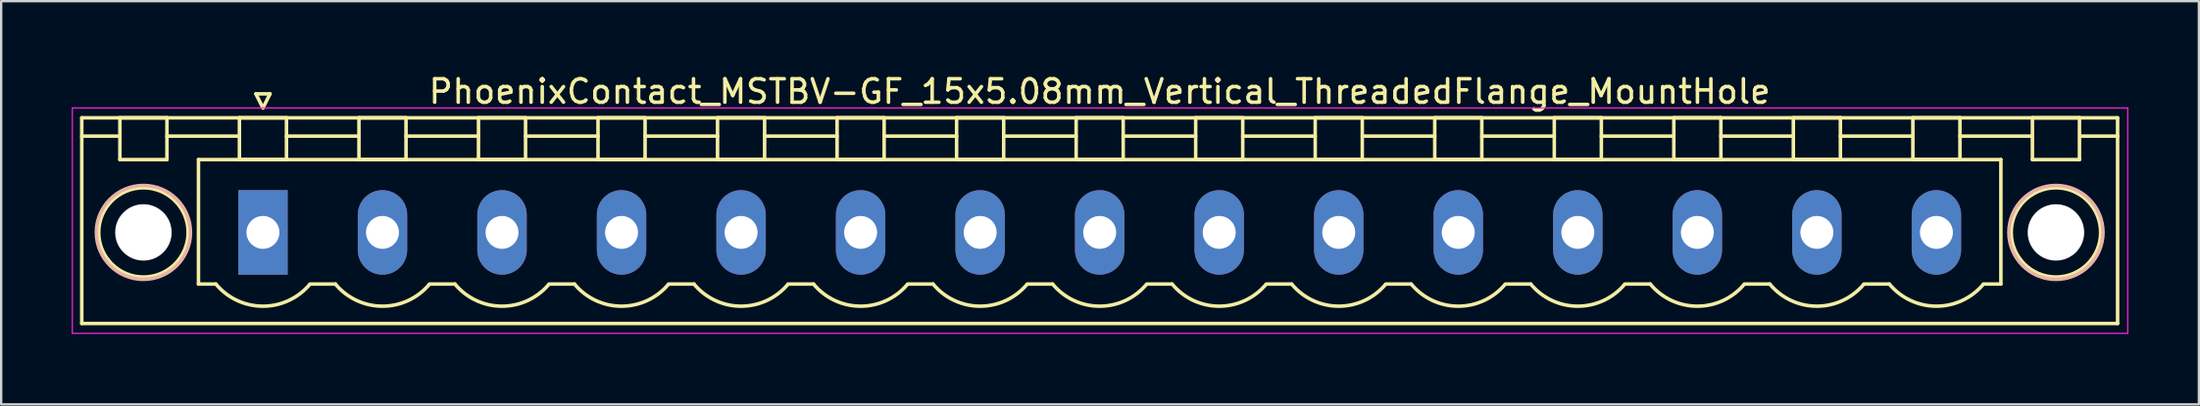
<source format=kicad_pcb>
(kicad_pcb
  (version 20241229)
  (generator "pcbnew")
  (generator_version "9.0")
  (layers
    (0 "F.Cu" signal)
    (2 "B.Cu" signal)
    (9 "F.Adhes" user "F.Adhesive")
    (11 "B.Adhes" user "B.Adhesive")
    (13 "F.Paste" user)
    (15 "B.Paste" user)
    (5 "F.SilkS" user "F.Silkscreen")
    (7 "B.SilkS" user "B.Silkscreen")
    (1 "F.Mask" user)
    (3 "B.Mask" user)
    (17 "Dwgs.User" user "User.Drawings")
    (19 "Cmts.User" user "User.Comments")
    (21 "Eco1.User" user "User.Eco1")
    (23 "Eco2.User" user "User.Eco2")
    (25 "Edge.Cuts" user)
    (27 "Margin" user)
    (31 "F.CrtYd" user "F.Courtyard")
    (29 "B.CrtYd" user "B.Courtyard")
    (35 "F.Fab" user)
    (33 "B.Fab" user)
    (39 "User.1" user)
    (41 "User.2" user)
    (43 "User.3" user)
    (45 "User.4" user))
  (footprint "PhoenixContact_MSTBV-GF_15x5.08mm_Vertical_ThreadedFlange_MountHole"
    (layer "F.Cu")
    (at 8.125 6.848)
    (property "Reference" "PhoenixContact_MSTBV-GF_15x5.08mm_Vertical_ThreadedFlange_MountHole" (at 35.56 -6 0) (layer "F.SilkS") (effects (font (size 1 1) (thickness 0.15))))
    (attr through_hole)
    (fp_line (start -7.7 -4.88) (end -7.7 3.88) (stroke (width 0.15) (type solid)) (layer "F.SilkS"))
    (fp_line (start -7.7 -4.1) (end -6.16 -4.1) (stroke (width 0.15) (type solid)) (layer "F.SilkS"))
    (fp_line (start -7.7 3.88) (end 78.82 3.88) (stroke (width 0.15) (type solid)) (layer "F.SilkS"))
    (fp_line (start -6.08 -4.88) (end -4.08 -4.88) (stroke (width 0.15) (type solid)) (layer "F.SilkS"))
    (fp_line (start -6.08 -3.1) (end -6.08 -4.88) (stroke (width 0.15) (type solid)) (layer "F.SilkS"))
    (fp_line (start -4.08 -4.88) (end -4.08 -3.1) (stroke (width 0.15) (type solid)) (layer "F.SilkS"))
    (fp_line (start -4.08 -4.1) (end -1 -4.1) (stroke (width 0.15) (type solid)) (layer "F.SilkS"))
    (fp_line (start -4.08 -3.1) (end -6.08 -3.1) (stroke (width 0.15) (type solid)) (layer "F.SilkS"))
    (fp_line (start -2.74 -3.1) (end 73.86 -3.1) (stroke (width 0.15) (type solid)) (layer "F.SilkS"))
    (fp_line (start -2.74 2.2) (end -2.74 -3.1) (stroke (width 0.15) (type solid)) (layer "F.SilkS"))
    (fp_line (start -2 2.2) (end -2.74 2.2) (stroke (width 0.15) (type solid)) (layer "F.SilkS"))
    (fp_line (start -1 -4.88) (end 1 -4.88) (stroke (width 0.15) (type solid)) (layer "F.SilkS"))
    (fp_line (start -1 -3.1) (end -1 -4.88) (stroke (width 0.15) (type solid)) (layer "F.SilkS"))
    (fp_line (start -0.3 -5.9) (end 0 -5.3) (stroke (width 0.15) (type solid)) (layer "F.SilkS"))
    (fp_line (start 0 -5.3) (end 0.3 -5.9) (stroke (width 0.15) (type solid)) (layer "F.SilkS"))
    (fp_line (start 0.3 -5.9) (end -0.3 -5.9) (stroke (width 0.15) (type solid)) (layer "F.SilkS"))
    (fp_line (start 1 -4.88) (end 1 -3.1) (stroke (width 0.15) (type solid)) (layer "F.SilkS"))
    (fp_line (start 1 -4.1) (end 4.08 -4.1) (stroke (width 0.15) (type solid)) (layer "F.SilkS"))
    (fp_line (start 1 -3.1) (end -1 -3.1) (stroke (width 0.15) (type solid)) (layer "F.SilkS"))
    (fp_line (start 2 2.2) (end 3.08 2.2) (stroke (width 0.15) (type solid)) (layer "F.SilkS"))
    (fp_line (start 4.08 -4.88) (end 6.08 -4.88) (stroke (width 0.15) (type solid)) (layer "F.SilkS"))
    (fp_line (start 4.08 -3.1) (end 4.08 -4.88) (stroke (width 0.15) (type solid)) (layer "F.SilkS"))
    (fp_line (start 6.08 -4.88) (end 6.08 -3.1) (stroke (width 0.15) (type solid)) (layer "F.SilkS"))
    (fp_line (start 6.08 -4.1) (end 9.16 -4.1) (stroke (width 0.15) (type solid)) (layer "F.SilkS"))
    (fp_line (start 6.08 -3.1) (end 4.08 -3.1) (stroke (width 0.15) (type solid)) (layer "F.SilkS"))
    (fp_line (start 7.08 2.2) (end 8.16 2.2) (stroke (width 0.15) (type solid)) (layer "F.SilkS"))
    (fp_line (start 9.16 -4.88) (end 11.16 -4.88) (stroke (width 0.15) (type solid)) (layer "F.SilkS"))
    (fp_line (start 9.16 -3.1) (end 9.16 -4.88) (stroke (width 0.15) (type solid)) (layer "F.SilkS"))
    (fp_line (start 11.16 -4.88) (end 11.16 -3.1) (stroke (width 0.15) (type solid)) (layer "F.SilkS"))
    (fp_line (start 11.16 -4.1) (end 14.24 -4.1) (stroke (width 0.15) (type solid)) (layer "F.SilkS"))
    (fp_line (start 11.16 -3.1) (end 9.16 -3.1) (stroke (width 0.15) (type solid)) (layer "F.SilkS"))
    (fp_line (start 12.16 2.2) (end 13.24 2.2) (stroke (width 0.15) (type solid)) (layer "F.SilkS"))
    (fp_line (start 14.24 -4.88) (end 16.24 -4.88) (stroke (width 0.15) (type solid)) (layer "F.SilkS"))
    (fp_line (start 14.24 -3.1) (end 14.24 -4.88) (stroke (width 0.15) (type solid)) (layer "F.SilkS"))
    (fp_line (start 16.24 -4.88) (end 16.24 -3.1) (stroke (width 0.15) (type solid)) (layer "F.SilkS"))
    (fp_line (start 16.24 -4.1) (end 19.32 -4.1) (stroke (width 0.15) (type solid)) (layer "F.SilkS"))
    (fp_line (start 16.24 -3.1) (end 14.24 -3.1) (stroke (width 0.15) (type solid)) (layer "F.SilkS"))
    (fp_line (start 17.24 2.2) (end 18.32 2.2) (stroke (width 0.15) (type solid)) (layer "F.SilkS"))
    (fp_line (start 19.32 -4.88) (end 21.32 -4.88) (stroke (width 0.15) (type solid)) (layer "F.SilkS"))
    (fp_line (start 19.32 -3.1) (end 19.32 -4.88) (stroke (width 0.15) (type solid)) (layer "F.SilkS"))
    (fp_line (start 21.32 -4.88) (end 21.32 -3.1) (stroke (width 0.15) (type solid)) (layer "F.SilkS"))
    (fp_line (start 21.32 -4.1) (end 24.4 -4.1) (stroke (width 0.15) (type solid)) (layer "F.SilkS"))
    (fp_line (start 21.32 -3.1) (end 19.32 -3.1) (stroke (width 0.15) (type solid)) (layer "F.SilkS"))
    (fp_line (start 22.32 2.2) (end 23.4 2.2) (stroke (width 0.15) (type solid)) (layer "F.SilkS"))
    (fp_line (start 24.4 -4.88) (end 26.4 -4.88) (stroke (width 0.15) (type solid)) (layer "F.SilkS"))
    (fp_line (start 24.4 -3.1) (end 24.4 -4.88) (stroke (width 0.15) (type solid)) (layer "F.SilkS"))
    (fp_line (start 26.4 -4.88) (end 26.4 -3.1) (stroke (width 0.15) (type solid)) (layer "F.SilkS"))
    (fp_line (start 26.4 -4.1) (end 29.48 -4.1) (stroke (width 0.15) (type solid)) (layer "F.SilkS"))
    (fp_line (start 26.4 -3.1) (end 24.4 -3.1) (stroke (width 0.15) (type solid)) (layer "F.SilkS"))
    (fp_line (start 27.4 2.2) (end 28.48 2.2) (stroke (width 0.15) (type solid)) (layer "F.SilkS"))
    (fp_line (start 29.48 -4.88) (end 31.48 -4.88) (stroke (width 0.15) (type solid)) (layer "F.SilkS"))
    (fp_line (start 29.48 -3.1) (end 29.48 -4.88) (stroke (width 0.15) (type solid)) (layer "F.SilkS"))
    (fp_line (start 31.48 -4.88) (end 31.48 -3.1) (stroke (width 0.15) (type solid)) (layer "F.SilkS"))
    (fp_line (start 31.48 -4.1) (end 34.56 -4.1) (stroke (width 0.15) (type solid)) (layer "F.SilkS"))
    (fp_line (start 31.48 -3.1) (end 29.48 -3.1) (stroke (width 0.15) (type solid)) (layer "F.SilkS"))
    (fp_line (start 32.48 2.2) (end 33.56 2.2) (stroke (width 0.15) (type solid)) (layer "F.SilkS"))
    (fp_line (start 34.56 -4.88) (end 36.56 -4.88) (stroke (width 0.15) (type solid)) (layer "F.SilkS"))
    (fp_line (start 34.56 -3.1) (end 34.56 -4.88) (stroke (width 0.15) (type solid)) (layer "F.SilkS"))
    (fp_line (start 36.56 -4.88) (end 36.56 -3.1) (stroke (width 0.15) (type solid)) (layer "F.SilkS"))
    (fp_line (start 36.56 -4.1) (end 39.64 -4.1) (stroke (width 0.15) (type solid)) (layer "F.SilkS"))
    (fp_line (start 36.56 -3.1) (end 34.56 -3.1) (stroke (width 0.15) (type solid)) (layer "F.SilkS"))
    (fp_line (start 37.56 2.2) (end 38.64 2.2) (stroke (width 0.15) (type solid)) (layer "F.SilkS"))
    (fp_line (start 39.64 -4.88) (end 41.64 -4.88) (stroke (width 0.15) (type solid)) (layer "F.SilkS"))
    (fp_line (start 39.64 -3.1) (end 39.64 -4.88) (stroke (width 0.15) (type solid)) (layer "F.SilkS"))
    (fp_line (start 41.64 -4.88) (end 41.64 -3.1) (stroke (width 0.15) (type solid)) (layer "F.SilkS"))
    (fp_line (start 41.64 -4.1) (end 44.72 -4.1) (stroke (width 0.15) (type solid)) (layer "F.SilkS"))
    (fp_line (start 41.64 -3.1) (end 39.64 -3.1) (stroke (width 0.15) (type solid)) (layer "F.SilkS"))
    (fp_line (start 42.64 2.2) (end 43.72 2.2) (stroke (width 0.15) (type solid)) (layer "F.SilkS"))
    (fp_line (start 44.72 -4.88) (end 46.72 -4.88) (stroke (width 0.15) (type solid)) (layer "F.SilkS"))
    (fp_line (start 44.72 -3.1) (end 44.72 -4.88) (stroke (width 0.15) (type solid)) (layer "F.SilkS"))
    (fp_line (start 46.72 -4.88) (end 46.72 -3.1) (stroke (width 0.15) (type solid)) (layer "F.SilkS"))
    (fp_line (start 46.72 -4.1) (end 49.8 -4.1) (stroke (width 0.15) (type solid)) (layer "F.SilkS"))
    (fp_line (start 46.72 -3.1) (end 44.72 -3.1) (stroke (width 0.15) (type solid)) (layer "F.SilkS"))
    (fp_line (start 47.72 2.2) (end 48.8 2.2) (stroke (width 0.15) (type solid)) (layer "F.SilkS"))
    (fp_line (start 49.8 -4.88) (end 51.8 -4.88) (stroke (width 0.15) (type solid)) (layer "F.SilkS"))
    (fp_line (start 49.8 -3.1) (end 49.8 -4.88) (stroke (width 0.15) (type solid)) (layer "F.SilkS"))
    (fp_line (start 51.8 -4.88) (end 51.8 -3.1) (stroke (width 0.15) (type solid)) (layer "F.SilkS"))
    (fp_line (start 51.8 -4.1) (end 54.88 -4.1) (stroke (width 0.15) (type solid)) (layer "F.SilkS"))
    (fp_line (start 51.8 -3.1) (end 49.8 -3.1) (stroke (width 0.15) (type solid)) (layer "F.SilkS"))
    (fp_line (start 52.8 2.2) (end 53.88 2.2) (stroke (width 0.15) (type solid)) (layer "F.SilkS"))
    (fp_line (start 54.88 -4.88) (end 56.88 -4.88) (stroke (width 0.15) (type solid)) (layer "F.SilkS"))
    (fp_line (start 54.88 -3.1) (end 54.88 -4.88) (stroke (width 0.15) (type solid)) (layer "F.SilkS"))
    (fp_line (start 56.88 -4.88) (end 56.88 -3.1) (stroke (width 0.15) (type solid)) (layer "F.SilkS"))
    (fp_line (start 56.88 -4.1) (end 59.96 -4.1) (stroke (width 0.15) (type solid)) (layer "F.SilkS"))
    (fp_line (start 56.88 -3.1) (end 54.88 -3.1) (stroke (width 0.15) (type solid)) (layer "F.SilkS"))
    (fp_line (start 57.88 2.2) (end 58.96 2.2) (stroke (width 0.15) (type solid)) (layer "F.SilkS"))
    (fp_line (start 59.96 -4.88) (end 61.96 -4.88) (stroke (width 0.15) (type solid)) (layer "F.SilkS"))
    (fp_line (start 59.96 -3.1) (end 59.96 -4.88) (stroke (width 0.15) (type solid)) (layer "F.SilkS"))
    (fp_line (start 61.96 -4.88) (end 61.96 -3.1) (stroke (width 0.15) (type solid)) (layer "F.SilkS"))
    (fp_line (start 61.96 -4.1) (end 65.04 -4.1) (stroke (width 0.15) (type solid)) (layer "F.SilkS"))
    (fp_line (start 61.96 -3.1) (end 59.96 -3.1) (stroke (width 0.15) (type solid)) (layer "F.SilkS"))
    (fp_line (start 62.96 2.2) (end 64.04 2.2) (stroke (width 0.15) (type solid)) (layer "F.SilkS"))
    (fp_line (start 65.04 -4.88) (end 67.04 -4.88) (stroke (width 0.15) (type solid)) (layer "F.SilkS"))
    (fp_line (start 65.04 -3.1) (end 65.04 -4.88) (stroke (width 0.15) (type solid)) (layer "F.SilkS"))
    (fp_line (start 67.04 -4.88) (end 67.04 -3.1) (stroke (width 0.15) (type solid)) (layer "F.SilkS"))
    (fp_line (start 67.04 -4.1) (end 70.12 -4.1) (stroke (width 0.15) (type solid)) (layer "F.SilkS"))
    (fp_line (start 67.04 -3.1) (end 65.04 -3.1) (stroke (width 0.15) (type solid)) (layer "F.SilkS"))
    (fp_line (start 68.04 2.2) (end 69.12 2.2) (stroke (width 0.15) (type solid)) (layer "F.SilkS"))
    (fp_line (start 70.12 -4.88) (end 72.12 -4.88) (stroke (width 0.15) (type solid)) (layer "F.SilkS"))
    (fp_line (start 70.12 -3.1) (end 70.12 -4.88) (stroke (width 0.15) (type solid)) (layer "F.SilkS"))
    (fp_line (start 72.12 -4.88) (end 72.12 -3.1) (stroke (width 0.15) (type solid)) (layer "F.SilkS"))
    (fp_line (start 72.12 -4.1) (end 75.2 -4.1) (stroke (width 0.15) (type solid)) (layer "F.SilkS"))
    (fp_line (start 72.12 -3.1) (end 70.12 -3.1) (stroke (width 0.15) (type solid)) (layer "F.SilkS"))
    (fp_line (start 73.86 -3.1) (end 73.86 2.2) (stroke (width 0.15) (type solid)) (layer "F.SilkS"))
    (fp_line (start 73.86 2.2) (end 73.12 2.2) (stroke (width 0.15) (type solid)) (layer "F.SilkS"))
    (fp_line (start 75.2 -4.88) (end 77.2 -4.88) (stroke (width 0.15) (type solid)) (layer "F.SilkS"))
    (fp_line (start 75.2 -3.1) (end 75.2 -4.88) (stroke (width 0.15) (type solid)) (layer "F.SilkS"))
    (fp_line (start 77.2 -4.88) (end 77.2 -3.1) (stroke (width 0.15) (type solid)) (layer "F.SilkS"))
    (fp_line (start 77.2 -3.1) (end 75.2 -3.1) (stroke (width 0.15) (type solid)) (layer "F.SilkS"))
    (fp_line (start 78.82 -4.88) (end -7.7 -4.88) (stroke (width 0.15) (type solid)) (layer "F.SilkS"))
    (fp_line (start 78.82 -4.1) (end 77.28 -4.1) (stroke (width 0.15) (type solid)) (layer "F.SilkS"))
    (fp_line (start 78.82 3.88) (end 78.82 -4.88) (stroke (width 0.15) (type solid)) (layer "F.SilkS"))
    (fp_arc (start 1.986842 2.215821) (mid -0.010289 3.142758) (end -2 2.2) (stroke (width 0.15) (type solid)) (layer "F.SilkS"))
    (fp_arc (start 7.066842 2.215821) (mid 5.069711 3.142758) (end 3.08 2.2) (stroke (width 0.15) (type solid)) (layer "F.SilkS"))
    (fp_arc (start 12.146842 2.215821) (mid 10.149711 3.142758) (end 8.16 2.2) (stroke (width 0.15) (type solid)) (layer "F.SilkS"))
    (fp_arc (start 17.226842 2.215821) (mid 15.229711 3.142758) (end 13.24 2.2) (stroke (width 0.15) (type solid)) (layer "F.SilkS"))
    (fp_arc (start 22.306842 2.215821) (mid 20.309711 3.142758) (end 18.32 2.2) (stroke (width 0.15) (type solid)) (layer "F.SilkS"))
    (fp_arc (start 27.386842 2.215821) (mid 25.389711 3.142758) (end 23.4 2.2) (stroke (width 0.15) (type solid)) (layer "F.SilkS"))
    (fp_arc (start 32.466842 2.215821) (mid 30.469711 3.142758) (end 28.48 2.2) (stroke (width 0.15) (type solid)) (layer "F.SilkS"))
    (fp_arc (start 37.546842 2.215821) (mid 35.549711 3.142758) (end 33.56 2.2) (stroke (width 0.15) (type solid)) (layer "F.SilkS"))
    (fp_arc (start 42.626842 2.215821) (mid 40.629711 3.142758) (end 38.64 2.2) (stroke (width 0.15) (type solid)) (layer "F.SilkS"))
    (fp_arc (start 47.706842 2.215821) (mid 45.709711 3.142758) (end 43.72 2.2) (stroke (width 0.15) (type solid)) (layer "F.SilkS"))
    (fp_arc (start 52.786842 2.215821) (mid 50.789711 3.142758) (end 48.8 2.2) (stroke (width 0.15) (type solid)) (layer "F.SilkS"))
    (fp_arc (start 57.866842 2.215821) (mid 55.869711 3.142758) (end 53.88 2.2) (stroke (width 0.15) (type solid)) (layer "F.SilkS"))
    (fp_arc (start 62.946842 2.215821) (mid 60.949711 3.142758) (end 58.96 2.2) (stroke (width 0.15) (type solid)) (layer "F.SilkS"))
    (fp_arc (start 68.026842 2.215821) (mid 66.029711 3.142758) (end 64.04 2.2) (stroke (width 0.15) (type solid)) (layer "F.SilkS"))
    (fp_arc (start 73.106842 2.215821) (mid 71.109711 3.142758) (end 69.12 2.2) (stroke (width 0.15) (type solid)) (layer "F.SilkS"))
    (fp_circle (center -5.08 0) (end -3.18 0) (stroke (width 0.15) (type solid)) (fill no) (layer "F.SilkS"))
    (fp_circle (center 76.2 0) (end 78.1 0) (stroke (width 0.15) (type solid)) (fill no) (layer "F.SilkS"))
    (fp_circle (center -5.08 0) (end -3.08 0) (stroke (width 0.15) (type solid)) (fill no) (layer "B.SilkS"))
    (fp_circle (center 76.2 0) (end 78.2 0) (stroke (width 0.15) (type solid)) (fill no) (layer "B.SilkS"))
    (fp_line (start -8.1 -5.3) (end -8.1 4.3) (stroke (width 0.05) (type solid)) (layer "F.CrtYd"))
    (fp_line (start -8.1 4.3) (end 79.25 4.3) (stroke (width 0.05) (type solid)) (layer "F.CrtYd"))
    (fp_line (start 79.25 -5.3) (end -8.1 -5.3) (stroke (width 0.05) (type solid)) (layer "F.CrtYd"))
    (fp_line (start 79.25 4.3) (end 79.25 -5.3) (stroke (width 0.05) (type solid)) (layer "F.CrtYd"))
    (pad "" np_thru_hole circle (at -5.08 0) (size 2.4 2.4) (drill 2.4) (layers "*.Cu" "*.Mask"))
    (pad "" np_thru_hole circle (at 76.2 0) (size 2.4 2.4) (drill 2.4) (layers "*.Cu" "*.Mask"))
    (pad "1" thru_hole rect (at 0 0) (size 2.1 3.6) (drill 1.4) (layers "*.Cu" "*.Mask"))
    (pad "2" thru_hole oval (at 5.08 0) (size 2.1 3.6) (drill 1.4) (layers "*.Cu" "*.Mask"))
    (pad "3" thru_hole oval (at 10.16 0) (size 2.1 3.6) (drill 1.4) (layers "*.Cu" "*.Mask"))
    (pad "4" thru_hole oval (at 15.24 0) (size 2.1 3.6) (drill 1.4) (layers "*.Cu" "*.Mask"))
    (pad "5" thru_hole oval (at 20.32 0) (size 2.1 3.6) (drill 1.4) (layers "*.Cu" "*.Mask"))
    (pad "6" thru_hole oval (at 25.4 0) (size 2.1 3.6) (drill 1.4) (layers "*.Cu" "*.Mask"))
    (pad "7" thru_hole oval (at 30.48 0) (size 2.1 3.6) (drill 1.4) (layers "*.Cu" "*.Mask"))
    (pad "8" thru_hole oval (at 35.56 0) (size 2.1 3.6) (drill 1.4) (layers "*.Cu" "*.Mask"))
    (pad "9" thru_hole oval (at 40.64 0) (size 2.1 3.6) (drill 1.4) (layers "*.Cu" "*.Mask"))
    (pad "10" thru_hole oval (at 45.72 0) (size 2.1 3.6) (drill 1.4) (layers "*.Cu" "*.Mask"))
    (pad "11" thru_hole oval (at 50.8 0) (size 2.1 3.6) (drill 1.4) (layers "*.Cu" "*.Mask"))
    (pad "12" thru_hole oval (at 55.88 0) (size 2.1 3.6) (drill 1.4) (layers "*.Cu" "*.Mask"))
    (pad "13" thru_hole oval (at 60.96 0) (size 2.1 3.6) (drill 1.4) (layers "*.Cu" "*.Mask"))
    (pad "14" thru_hole oval (at 66.04 0) (size 2.1 3.6) (drill 1.4) (layers "*.Cu" "*.Mask"))
    (pad "15" thru_hole oval (at 71.12 0) (size 2.1 3.6) (drill 1.4) (layers "*.Cu" "*.Mask")))
  (gr_rect
    (start -3 -3)
    (end 90.4 14.173)
    (stroke (width 0.1) (type default))
    (fill no)
    (layer "Edge.Cuts")))
</source>
